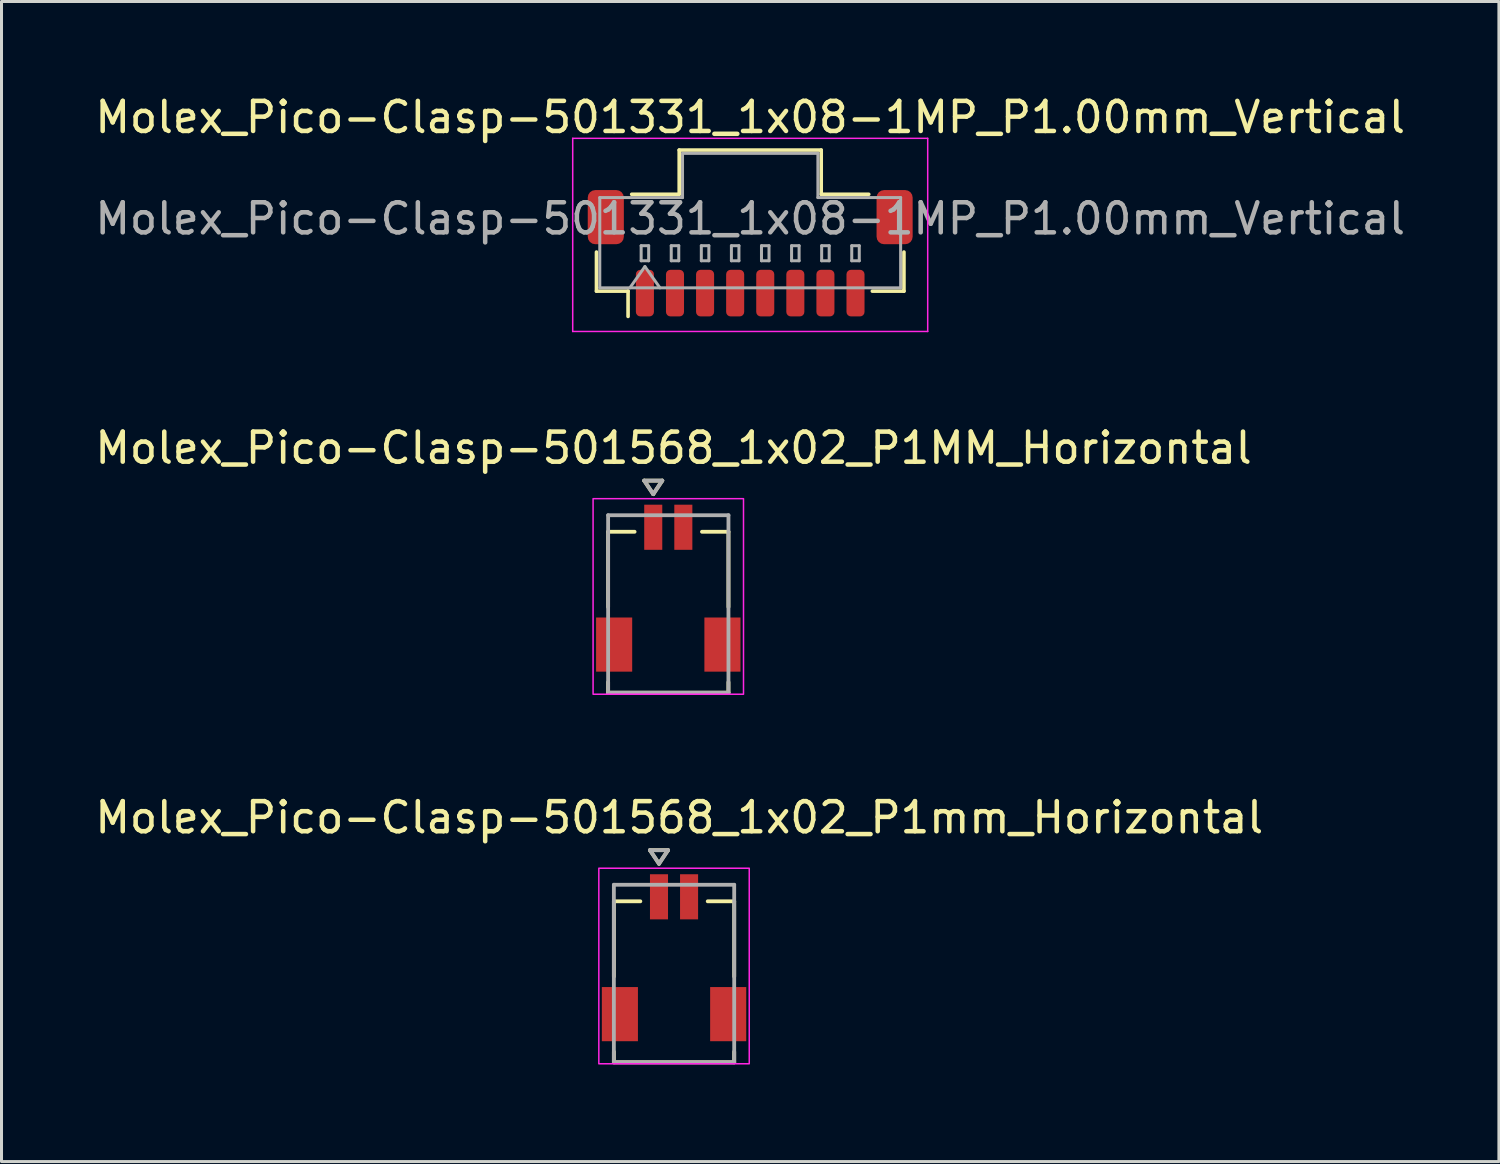
<source format=kicad_pcb>
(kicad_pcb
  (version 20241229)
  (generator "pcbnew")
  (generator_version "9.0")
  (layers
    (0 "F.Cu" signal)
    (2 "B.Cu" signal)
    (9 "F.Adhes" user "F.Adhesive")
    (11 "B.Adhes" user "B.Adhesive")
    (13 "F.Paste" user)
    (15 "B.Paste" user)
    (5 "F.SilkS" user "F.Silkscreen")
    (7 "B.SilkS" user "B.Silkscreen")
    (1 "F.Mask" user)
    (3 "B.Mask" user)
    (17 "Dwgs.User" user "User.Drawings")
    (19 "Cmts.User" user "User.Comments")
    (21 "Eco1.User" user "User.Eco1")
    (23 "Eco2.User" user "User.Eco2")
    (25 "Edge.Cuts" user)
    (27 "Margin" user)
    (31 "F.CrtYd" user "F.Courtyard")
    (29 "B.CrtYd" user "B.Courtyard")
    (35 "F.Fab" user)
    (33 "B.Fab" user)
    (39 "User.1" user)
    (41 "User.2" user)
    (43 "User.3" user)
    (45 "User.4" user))
  (footprint "Molex_Pico-Clasp-501331_1x08-1MP_P1.00mm_Vertical"
    (layer "F.Cu")
    (at 21.887 5.368)
    (property "Reference" "Molex_Pico-Clasp-501331_1x08-1MP_P1.00mm_Vertical" (at 0 -4.52 0) (layer "F.SilkS") (effects (font (size 1 1) (thickness 0.15))))
    (attr smd)
    (fp_line (start -5.11 -0.04) (end -5.11 1.26) (stroke (width 0.12) (type solid)) (layer "F.SilkS"))
    (fp_line (start -5.11 1.26) (end -4.06 1.26) (stroke (width 0.12) (type solid)) (layer "F.SilkS"))
    (fp_line (start -4.06 1.26) (end -4.06 2.1) (stroke (width 0.12) (type solid)) (layer "F.SilkS"))
    (fp_line (start -3.94 -1.96) (end -2.36 -1.96) (stroke (width 0.12) (type solid)) (layer "F.SilkS"))
    (fp_line (start -2.36 -3.43) (end 2.36 -3.43) (stroke (width 0.12) (type solid)) (layer "F.SilkS"))
    (fp_line (start -2.36 -1.96) (end -2.36 -3.43) (stroke (width 0.12) (type solid)) (layer "F.SilkS"))
    (fp_line (start 2.36 -3.43) (end 2.36 -1.96) (stroke (width 0.12) (type solid)) (layer "F.SilkS"))
    (fp_line (start 2.36 -1.96) (end 3.94 -1.96) (stroke (width 0.12) (type solid)) (layer "F.SilkS"))
    (fp_line (start 5.11 -0.04) (end 5.11 1.26) (stroke (width 0.12) (type solid)) (layer "F.SilkS"))
    (fp_line (start 5.11 1.26) (end 4.06 1.26) (stroke (width 0.12) (type solid)) (layer "F.SilkS"))
    (fp_line (start -5.9 -3.82) (end -5.9 2.6) (stroke (width 0.05) (type solid)) (layer "F.CrtYd"))
    (fp_line (start -5.9 2.6) (end 5.9 2.6) (stroke (width 0.05) (type solid)) (layer "F.CrtYd"))
    (fp_line (start 5.9 -3.82) (end -5.9 -3.82) (stroke (width 0.05) (type solid)) (layer "F.CrtYd"))
    (fp_line (start 5.9 2.6) (end 5.9 -3.82) (stroke (width 0.05) (type solid)) (layer "F.CrtYd"))
    (fp_line (start -5 -1.85) (end -2.25 -1.85) (stroke (width 0.1) (type solid)) (layer "F.Fab"))
    (fp_line (start -5 1.15) (end -5 -1.85) (stroke (width 0.1) (type solid)) (layer "F.Fab"))
    (fp_line (start -5 1.15) (end 5 1.15) (stroke (width 0.1) (type solid)) (layer "F.Fab"))
    (fp_line (start -4 1.15) (end -3.5 0.443) (stroke (width 0.1) (type solid)) (layer "F.Fab"))
    (fp_line (start -3.625 -0.25) (end -3.625 0.25) (stroke (width 0.1) (type solid)) (layer "F.Fab"))
    (fp_line (start -3.625 0.25) (end -3.375 0.25) (stroke (width 0.1) (type solid)) (layer "F.Fab"))
    (fp_line (start -3.5 0.443) (end -3 1.15) (stroke (width 0.1) (type solid)) (layer "F.Fab"))
    (fp_line (start -3.375 -0.25) (end -3.625 -0.25) (stroke (width 0.1) (type solid)) (layer "F.Fab"))
    (fp_line (start -3.375 0.25) (end -3.375 -0.25) (stroke (width 0.1) (type solid)) (layer "F.Fab"))
    (fp_line (start -2.625 -0.25) (end -2.625 0.25) (stroke (width 0.1) (type solid)) (layer "F.Fab"))
    (fp_line (start -2.625 0.25) (end -2.375 0.25) (stroke (width 0.1) (type solid)) (layer "F.Fab"))
    (fp_line (start -2.375 -0.25) (end -2.625 -0.25) (stroke (width 0.1) (type solid)) (layer "F.Fab"))
    (fp_line (start -2.375 0.25) (end -2.375 -0.25) (stroke (width 0.1) (type solid)) (layer "F.Fab"))
    (fp_line (start -2.25 -3.32) (end 2.25 -3.32) (stroke (width 0.1) (type solid)) (layer "F.Fab"))
    (fp_line (start -2.25 -1.85) (end -2.25 -3.32) (stroke (width 0.1) (type solid)) (layer "F.Fab"))
    (fp_line (start -1.625 -0.25) (end -1.625 0.25) (stroke (width 0.1) (type solid)) (layer "F.Fab"))
    (fp_line (start -1.625 0.25) (end -1.375 0.25) (stroke (width 0.1) (type solid)) (layer "F.Fab"))
    (fp_line (start -1.375 -0.25) (end -1.625 -0.25) (stroke (width 0.1) (type solid)) (layer "F.Fab"))
    (fp_line (start -1.375 0.25) (end -1.375 -0.25) (stroke (width 0.1) (type solid)) (layer "F.Fab"))
    (fp_line (start -0.625 -0.25) (end -0.625 0.25) (stroke (width 0.1) (type solid)) (layer "F.Fab"))
    (fp_line (start -0.625 0.25) (end -0.375 0.25) (stroke (width 0.1) (type solid)) (layer "F.Fab"))
    (fp_line (start -0.375 -0.25) (end -0.625 -0.25) (stroke (width 0.1) (type solid)) (layer "F.Fab"))
    (fp_line (start -0.375 0.25) (end -0.375 -0.25) (stroke (width 0.1) (type solid)) (layer "F.Fab"))
    (fp_line (start 0.375 -0.25) (end 0.375 0.25) (stroke (width 0.1) (type solid)) (layer "F.Fab"))
    (fp_line (start 0.375 0.25) (end 0.625 0.25) (stroke (width 0.1) (type solid)) (layer "F.Fab"))
    (fp_line (start 0.625 -0.25) (end 0.375 -0.25) (stroke (width 0.1) (type solid)) (layer "F.Fab"))
    (fp_line (start 0.625 0.25) (end 0.625 -0.25) (stroke (width 0.1) (type solid)) (layer "F.Fab"))
    (fp_line (start 1.375 -0.25) (end 1.375 0.25) (stroke (width 0.1) (type solid)) (layer "F.Fab"))
    (fp_line (start 1.375 0.25) (end 1.625 0.25) (stroke (width 0.1) (type solid)) (layer "F.Fab"))
    (fp_line (start 1.625 -0.25) (end 1.375 -0.25) (stroke (width 0.1) (type solid)) (layer "F.Fab"))
    (fp_line (start 1.625 0.25) (end 1.625 -0.25) (stroke (width 0.1) (type solid)) (layer "F.Fab"))
    (fp_line (start 2.25 -3.32) (end 2.25 -1.85) (stroke (width 0.1) (type solid)) (layer "F.Fab"))
    (fp_line (start 2.25 -1.85) (end 5 -1.85) (stroke (width 0.1) (type solid)) (layer "F.Fab"))
    (fp_line (start 2.375 -0.25) (end 2.375 0.25) (stroke (width 0.1) (type solid)) (layer "F.Fab"))
    (fp_line (start 2.375 0.25) (end 2.625 0.25) (stroke (width 0.1) (type solid)) (layer "F.Fab"))
    (fp_line (start 2.625 -0.25) (end 2.375 -0.25) (stroke (width 0.1) (type solid)) (layer "F.Fab"))
    (fp_line (start 2.625 0.25) (end 2.625 -0.25) (stroke (width 0.1) (type solid)) (layer "F.Fab"))
    (fp_line (start 3.375 -0.25) (end 3.375 0.25) (stroke (width 0.1) (type solid)) (layer "F.Fab"))
    (fp_line (start 3.375 0.25) (end 3.625 0.25) (stroke (width 0.1) (type solid)) (layer "F.Fab"))
    (fp_line (start 3.625 -0.25) (end 3.375 -0.25) (stroke (width 0.1) (type solid)) (layer "F.Fab"))
    (fp_line (start 3.625 0.25) (end 3.625 -0.25) (stroke (width 0.1) (type solid)) (layer "F.Fab"))
    (fp_line (start 5 1.15) (end 5 -1.85) (stroke (width 0.1) (type solid)) (layer "F.Fab"))
    (fp_text user "${REFERENCE}" (at 0 -1.15 0) (layer "F.Fab") (effects (font (size 1 1) (thickness 0.15))))
    (pad "" smd roundrect (at -4.8 -1.2) (size 1.2 1.8) (layers "F.Cu" "F.Mask" "F.Paste") (roundrect_rratio 0.208))
    (pad "" smd roundrect (at 4.8 -1.2) (size 1.2 1.8) (layers "F.Cu" "F.Mask" "F.Paste") (roundrect_rratio 0.208))
    (pad "1" smd roundrect (at -3.5 1.325) (size 0.6 1.55) (layers "F.Cu" "F.Mask" "F.Paste") (roundrect_rratio 0.25))
    (pad "2" smd roundrect (at -2.5 1.325) (size 0.6 1.55) (layers "F.Cu" "F.Mask" "F.Paste") (roundrect_rratio 0.25))
    (pad "3" smd roundrect (at -1.5 1.325) (size 0.6 1.55) (layers "F.Cu" "F.Mask" "F.Paste") (roundrect_rratio 0.25))
    (pad "4" smd roundrect (at -0.5 1.325) (size 0.6 1.55) (layers "F.Cu" "F.Mask" "F.Paste") (roundrect_rratio 0.25))
    (pad "5" smd roundrect (at 0.5 1.325) (size 0.6 1.55) (layers "F.Cu" "F.Mask" "F.Paste") (roundrect_rratio 0.25))
    (pad "6" smd roundrect (at 1.5 1.325) (size 0.6 1.55) (layers "F.Cu" "F.Mask" "F.Paste") (roundrect_rratio 0.25))
    (pad "7" smd roundrect (at 2.5 1.325) (size 0.6 1.55) (layers "F.Cu" "F.Mask" "F.Paste") (roundrect_rratio 0.25))
    (pad "8" smd roundrect (at 3.5 1.325) (size 0.6 1.55) (layers "F.Cu" "F.Mask" "F.Paste") (roundrect_rratio 0.25)))
  (footprint "Molex_Pico-Clasp-501568_1x02_P1MM_Horizontal"
    (layer "F.Cu")
    (at 19.164 17.026)
    (property "Reference" "Molex_Pico-Clasp-501568_1x02_P1MM_Horizontal" (at 0.175 -5.185 0) (layer "F.SilkS") (effects (font (size 1 1) (thickness 0.15))))
    (attr smd)
    (fp_poly (pts (xy -2.476 0.374) (xy -1.124 0.374) (xy -1.124 2.326) (xy -2.476 2.326)) (stroke (width 0.01) (type solid)) (fill yes) (layer "F.Mask"))
    (fp_poly (pts (xy -0.876 -3.376) (xy -0.124 -3.376) (xy -0.124 -1.724) (xy -0.876 -1.724)) (stroke (width 0.01) (type solid)) (fill yes) (layer "F.Mask"))
    (fp_poly (pts (xy 0.124 -3.376) (xy 0.876 -3.376) (xy 0.876 -1.724) (xy 0.124 -1.724)) (stroke (width 0.01) (type solid)) (fill yes) (layer "F.Mask"))
    (fp_poly (pts (xy 1.124 0.374) (xy 2.476 0.374) (xy 2.476 2.326) (xy 1.124 2.326)) (stroke (width 0.01) (type solid)) (fill yes) (layer "F.Mask"))
    (fp_line (start -2 -2.4) (end -1.12 -2.4) (stroke (width 0.127) (type solid)) (layer "F.SilkS"))
    (fp_line (start -2 0.1) (end -2 -2.4) (stroke (width 0.127) (type solid)) (layer "F.SilkS"))
    (fp_line (start -2 2.6) (end -2 2.95) (stroke (width 0.127) (type solid)) (layer "F.SilkS"))
    (fp_line (start -2 2.95) (end 2 2.95) (stroke (width 0.127) (type solid)) (layer "F.SilkS"))
    (fp_line (start -0.8 -4.1) (end -0.2 -4.1) (stroke (width 0.127) (type solid)) (layer "F.SilkS"))
    (fp_line (start -0.5 -3.65) (end -0.8 -4.1) (stroke (width 0.127) (type solid)) (layer "F.SilkS"))
    (fp_line (start -0.2 -4.1) (end -0.5 -3.65) (stroke (width 0.127) (type solid)) (layer "F.SilkS"))
    (fp_line (start 1.12 -2.4) (end 2 -2.4) (stroke (width 0.127) (type solid)) (layer "F.SilkS"))
    (fp_line (start 2 -2.4) (end 2 0.1) (stroke (width 0.127) (type solid)) (layer "F.SilkS"))
    (fp_line (start 2 2.95) (end 2 2.6) (stroke (width 0.127) (type solid)) (layer "F.SilkS"))
    (fp_rect (start -2.5 -3.5) (end 2.5 3) (stroke (width 0.05) (type default)) (fill no) (layer "F.CrtYd"))
    (fp_line (start -2 -2.95) (end 2 -2.95) (stroke (width 0.127) (type solid)) (layer "F.Fab"))
    (fp_line (start -2 2.95) (end -2 -2.95) (stroke (width 0.127) (type solid)) (layer "F.Fab"))
    (fp_line (start -0.8 -4.1) (end -0.2 -4.1) (stroke (width 0.127) (type solid)) (layer "F.Fab"))
    (fp_line (start -0.5 -3.65) (end -0.8 -4.1) (stroke (width 0.127) (type solid)) (layer "F.Fab"))
    (fp_line (start -0.2 -4.1) (end -0.5 -3.65) (stroke (width 0.127) (type solid)) (layer "F.Fab"))
    (fp_line (start 2 -2.95) (end 2 2.95) (stroke (width 0.127) (type solid)) (layer "F.Fab"))
    (fp_line (start 2 2.95) (end -2 2.95) (stroke (width 0.127) (type solid)) (layer "F.Fab"))
    (pad "1" smd rect (at -0.5 -2.55) (size 0.6 1.5) (layers "F.Cu" "F.Paste"))
    (pad "2" smd rect (at 0.5 -2.55) (size 0.6 1.5) (layers "F.Cu" "F.Paste"))
    (pad "S1" smd rect (at 1.8 1.35) (size 1.2 1.8) (layers "F.Cu" "F.Paste"))
    (pad "S2" smd rect (at -1.8 1.35) (size 1.2 1.8) (layers "F.Cu" "F.Paste"))
    (zone (net_name "") (layer "F.Cu") (hatch full 0.508) (connect_pads) (min_thickness 0.01) (filled_areas_thickness no) (keepout (tracks not_allowed) (vias not_allowed) (pads not_allowed) (copperpour not_allowed) (footprints allowed)) (placement (enabled no)) (fill) (polygon (pts (xy 20.514 17.471) (xy 20.514 14.627) (xy 19.969 14.627) (xy 19.969 15.232) (xy 19.359 15.232) (xy 19.359 14.627) (xy 18.969 14.627) (xy 18.969 15.232) (xy 18.359 15.232) (xy 18.359 14.627) (xy 17.814 14.627) (xy 17.814 17.471) (xy 17.969 17.471) (xy 17.969 19.282) (xy 17.814 19.282) (xy 17.814 20.276) (xy 20.514 20.276) (xy 20.514 19.282) (xy 20.359 19.282) (xy 20.359 17.471)))))
  (footprint "Molex_Pico-Clasp-501568_1x02_P1mm_Horizontal"
    (layer "F.Cu")
    (at 19.355 29.31)
    (property "Reference" "Molex_Pico-Clasp-501568_1x02_P1mm_Horizontal" (at 0.175 -5.185 0) (layer "F.SilkS") (effects (font (size 1 1) (thickness 0.15))))
    (attr smd)
    (fp_poly (pts (xy -2.476 0.374) (xy -1.124 0.374) (xy -1.124 2.326) (xy -2.476 2.326)) (stroke (width 0.01) (type solid)) (fill yes) (layer "F.Mask"))
    (fp_poly (pts (xy -0.876 -3.376) (xy -0.124 -3.376) (xy -0.124 -1.724) (xy -0.876 -1.724)) (stroke (width 0.01) (type solid)) (fill yes) (layer "F.Mask"))
    (fp_poly (pts (xy 0.124 -3.376) (xy 0.876 -3.376) (xy 0.876 -1.724) (xy 0.124 -1.724)) (stroke (width 0.01) (type solid)) (fill yes) (layer "F.Mask"))
    (fp_poly (pts (xy 1.124 0.374) (xy 2.476 0.374) (xy 2.476 2.326) (xy 1.124 2.326)) (stroke (width 0.01) (type solid)) (fill yes) (layer "F.Mask"))
    (fp_line (start -2 -2.4) (end -1.12 -2.4) (stroke (width 0.127) (type solid)) (layer "F.SilkS"))
    (fp_line (start -2 0.1) (end -2 -2.4) (stroke (width 0.127) (type solid)) (layer "F.SilkS"))
    (fp_line (start -2 2.6) (end -2 2.95) (stroke (width 0.127) (type solid)) (layer "F.SilkS"))
    (fp_line (start -2 2.95) (end 2 2.95) (stroke (width 0.127) (type solid)) (layer "F.SilkS"))
    (fp_line (start -0.8 -4.1) (end -0.2 -4.1) (stroke (width 0.127) (type solid)) (layer "F.SilkS"))
    (fp_line (start -0.5 -3.65) (end -0.8 -4.1) (stroke (width 0.127) (type solid)) (layer "F.SilkS"))
    (fp_line (start -0.2 -4.1) (end -0.5 -3.65) (stroke (width 0.127) (type solid)) (layer "F.SilkS"))
    (fp_line (start 1.12 -2.4) (end 2 -2.4) (stroke (width 0.127) (type solid)) (layer "F.SilkS"))
    (fp_line (start 2 -2.4) (end 2 0.1) (stroke (width 0.127) (type solid)) (layer "F.SilkS"))
    (fp_line (start 2 2.95) (end 2 2.6) (stroke (width 0.127) (type solid)) (layer "F.SilkS"))
    (fp_rect (start -2.5 -3.5) (end 2.5 3) (stroke (width 0.05) (type default)) (fill no) (layer "F.CrtYd"))
    (fp_line (start -2 -2.95) (end 2 -2.95) (stroke (width 0.127) (type solid)) (layer "F.Fab"))
    (fp_line (start -2 2.95) (end -2 -2.95) (stroke (width 0.127) (type solid)) (layer "F.Fab"))
    (fp_line (start -0.8 -4.1) (end -0.2 -4.1) (stroke (width 0.127) (type solid)) (layer "F.Fab"))
    (fp_line (start -0.5 -3.65) (end -0.8 -4.1) (stroke (width 0.127) (type solid)) (layer "F.Fab"))
    (fp_line (start -0.2 -4.1) (end -0.5 -3.65) (stroke (width 0.127) (type solid)) (layer "F.Fab"))
    (fp_line (start 2 -2.95) (end 2 2.95) (stroke (width 0.127) (type solid)) (layer "F.Fab"))
    (fp_line (start 2 2.95) (end -2 2.95) (stroke (width 0.127) (type solid)) (layer "F.Fab"))
    (pad "1" smd rect (at -0.5 -2.55) (size 0.6 1.5) (layers "F.Cu" "F.Paste"))
    (pad "2" smd rect (at 0.5 -2.55) (size 0.6 1.5) (layers "F.Cu" "F.Paste"))
    (pad "MP" smd rect (at -1.8 1.35) (size 1.2 1.8) (layers "F.Cu" "F.Paste"))
    (pad "MP" smd rect (at 1.8 1.35) (size 1.2 1.8) (layers "F.Cu" "F.Paste"))
    (zone (net_name "") (layer "F.Cu") (hatch full 0.508) (connect_pads) (min_thickness 0.01) (filled_areas_thickness no) (keepout (tracks not_allowed) (vias not_allowed) (pads not_allowed) (copperpour not_allowed) (footprints allowed)) (placement (enabled no)) (fill) (polygon (pts (xy 20.705 29.755) (xy 20.705 26.91) (xy 20.16 26.91) (xy 20.16 27.515) (xy 19.55 27.515) (xy 19.55 26.91) (xy 19.16 26.91) (xy 19.16 27.515) (xy 18.55 27.515) (xy 18.55 26.91) (xy 18.005 26.91) (xy 18.005 29.755) (xy 18.16 29.755) (xy 18.16 31.565) (xy 18.005 31.565) (xy 18.005 32.56) (xy 20.705 32.56) (xy 20.705 31.565) (xy 20.55 31.565) (xy 20.55 29.755)))))
  (gr_rect
    (start -3 -3)
    (end 46.774 35.56)
    (stroke (width 0.1) (type default))
    (fill no)
    (layer "Edge.Cuts")))
</source>
